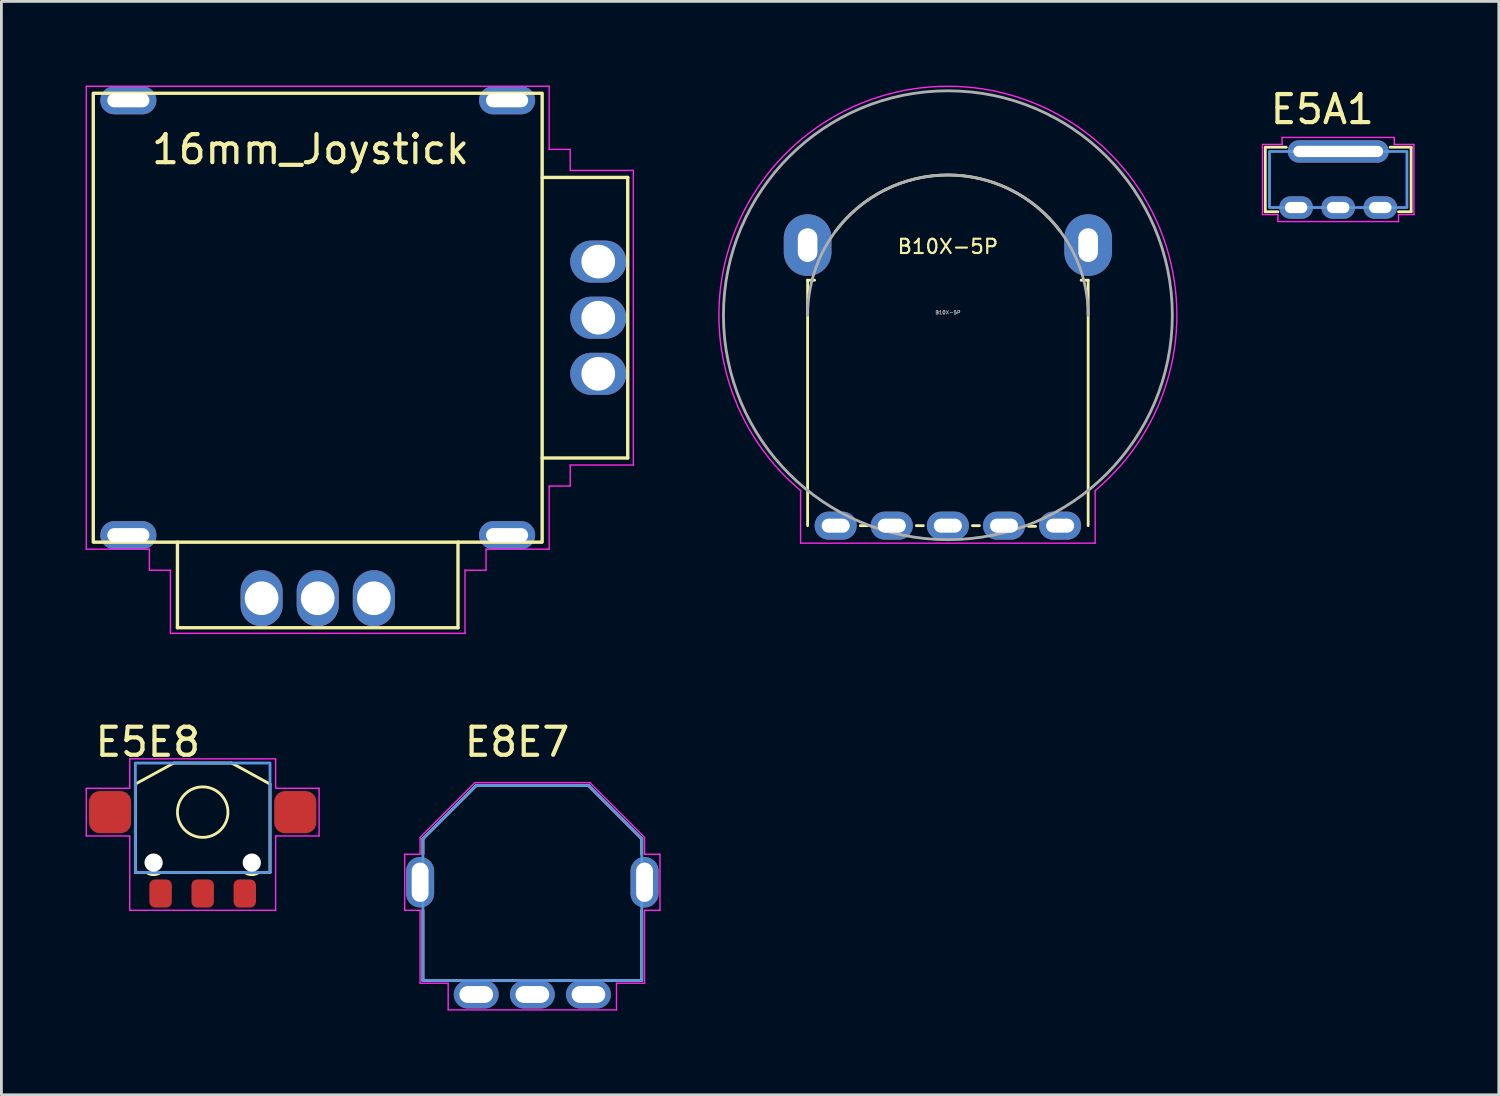
<source format=kicad_pcb>
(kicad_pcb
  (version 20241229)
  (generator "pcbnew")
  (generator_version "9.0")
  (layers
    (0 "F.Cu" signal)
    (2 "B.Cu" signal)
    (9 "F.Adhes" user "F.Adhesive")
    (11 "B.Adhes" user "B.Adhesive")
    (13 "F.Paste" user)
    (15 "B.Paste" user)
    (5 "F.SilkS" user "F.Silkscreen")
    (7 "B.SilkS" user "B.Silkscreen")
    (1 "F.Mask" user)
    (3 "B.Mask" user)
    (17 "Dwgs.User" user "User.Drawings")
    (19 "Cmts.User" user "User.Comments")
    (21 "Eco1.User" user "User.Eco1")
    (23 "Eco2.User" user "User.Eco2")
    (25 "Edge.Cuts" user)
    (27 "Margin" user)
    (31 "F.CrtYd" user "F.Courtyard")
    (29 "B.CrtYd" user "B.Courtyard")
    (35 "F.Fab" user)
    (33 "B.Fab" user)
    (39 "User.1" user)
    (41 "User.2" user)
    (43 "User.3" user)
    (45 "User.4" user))
  (footprint "B10X-5P"
    (layer "F.Cu")
    (at 30.737 8.187)
    (property "Reference" "B10X-5P" (at 0 -2.45 180) (layer "F.SilkS") (effects (font (size 0.508 0.508) (thickness 0.076))))
    (attr through_hole)
    (fp_line (start -5 -1.25) (end -4.75 -1.25) (stroke (width 0.1) (type default)) (layer "F.SilkS"))
    (fp_line (start -5 7.5) (end -5 -1.25) (stroke (width 0.1) (type default)) (layer "F.SilkS"))
    (fp_line (start -3.125 7.5) (end -2.875 7.5) (stroke (width 0.1) (type default)) (layer "F.SilkS"))
    (fp_line (start -1.125 7.5) (end -0.875 7.5) (stroke (width 0.1) (type default)) (layer "F.SilkS"))
    (fp_line (start 0.875 7.5) (end 1.125 7.5) (stroke (width 0.1) (type default)) (layer "F.SilkS"))
    (fp_line (start 2.875 7.525) (end 3.125 7.525) (stroke (width 0.1) (type default)) (layer "F.SilkS"))
    (fp_line (start 5 -1.25) (end 4.75 -1.25) (stroke (width 0.1) (type default)) (layer "F.SilkS"))
    (fp_line (start 5 -1.25) (end 5 7.5) (stroke (width 0.1) (type default)) (layer "F.SilkS"))
    (fp_arc (start -4 -3) (mid 0 -5) (end 4 -3) (stroke (width 0.1) (type default)) (layer "F.SilkS"))
    (fp_line (start -5.25 8.125) (end -5.25 6.25) (stroke (width 0.05) (type default)) (layer "F.CrtYd"))
    (fp_line (start 5.25 6.25) (end 5.25 8.125) (stroke (width 0.05) (type default)) (layer "F.CrtYd"))
    (fp_line (start 5.25 8.125) (end -5.25 8.125) (stroke (width 0.05) (type default)) (layer "F.CrtYd"))
    (fp_arc (start -5.249999 6.249999) (mid 0 -8.162412) (end 5.249999 6.249999) (stroke (width 0.05) (type default)) (layer "F.CrtYd"))
    (fp_arc (start -5 0) (mid 0 -5) (end 5 0) (stroke (width 0.1) (type default)) (layer "F.Fab"))
    (fp_circle (center 0 0) (end 8 0) (stroke (width 0.1) (type default)) (fill no) (layer "F.Fab"))
    (fp_text user "${REFERENCE}" (at 0 -0.1 180) (layer "F.Fab") (effects (font (size 0.127 0.127) (thickness 0.025))))
    (pad "" thru_hole oval (at -5 -2.5) (size 1.7 2.2) (drill oval 0.7 1.2) (layers "*.Cu" "*.Mask"))
    (pad "" thru_hole oval (at 5 -2.5) (size 1.7 2.2) (drill oval 0.7 1.2) (layers "*.Cu" "*.Mask"))
    (pad "1" thru_hole oval (at -4 7.5) (size 1.5 1) (drill oval 1 0.5) (layers "*.Cu" "*.Mask"))
    (pad "2" thru_hole oval (at -2 7.5) (size 1.5 1) (drill oval 1 0.5) (layers "*.Cu" "*.Mask"))
    (pad "3" thru_hole oval (at 0 7.5) (size 1.5 1) (drill oval 1 0.5) (layers "*.Cu" "*.Mask"))
    (pad "4" thru_hole oval (at 2 7.5) (size 1.5 1) (drill oval 1 0.5) (layers "*.Cu" "*.Mask"))
    (pad "5" thru_hole oval (at 4 7.5) (size 1.5 1) (drill oval 1 0.5) (layers "*.Cu" "*.Mask")))
  (footprint "16mm_Joystick"
    (layer "F.Cu")
    (at 8.275 8.275)
    (property "Reference" "16mm_Joystick" (at -6 -6 0) (layer "F.SilkS") (effects (font (size 1 1) (thickness 0.15)) (justify left)))
    (attr through_hole)
    (fp_line (start -5 8) (end -5 11.05) (stroke (width 0.12) (type default)) (layer "F.SilkS"))
    (fp_line (start -5 11.05) (end 5 11.05) (stroke (width 0.12) (type default)) (layer "F.SilkS"))
    (fp_line (start 5 11.05) (end 5 8) (stroke (width 0.12) (type default)) (layer "F.SilkS"))
    (fp_line (start 11.05 -5) (end 8 -5) (stroke (width 0.12) (type default)) (layer "F.SilkS"))
    (fp_line (start 11.05 -5) (end 11.05 5) (stroke (width 0.12) (type default)) (layer "F.SilkS"))
    (fp_line (start 11.05 5) (end 8 5) (stroke (width 0.12) (type default)) (layer "F.SilkS"))
    (fp_rect (start -8 8) (end 8 -8) (stroke (width 0.12) (type default)) (fill no) (layer "F.SilkS"))
    (fp_line (start -2 6.5) (end -1.5 6.5) (stroke (width 0.12) (type default)) (layer "Eco1.User"))
    (fp_line (start -2 8) (end -2 6.5) (stroke (width 0.12) (type default)) (layer "Eco1.User"))
    (fp_line (start -1.5 6) (end 1.5 6) (stroke (width 0.12) (type default)) (layer "Eco1.User"))
    (fp_line (start -1.5 7) (end -1.5 6) (stroke (width 0.12) (type default)) (layer "Eco1.User"))
    (fp_line (start -0.25 7.25) (end 0.25 7.25) (stroke (width 0.12) (type default)) (layer "Eco1.User"))
    (fp_line (start 0 7) (end -0.25 7.25) (stroke (width 0.12) (type default)) (layer "Eco1.User"))
    (fp_line (start 0 8) (end 0 7) (stroke (width 0.12) (type default)) (layer "Eco1.User"))
    (fp_line (start 0.25 7.25) (end 0 7) (stroke (width 0.12) (type default)) (layer "Eco1.User"))
    (fp_line (start 1.5 6) (end 1.5 7) (stroke (width 0.12) (type default)) (layer "Eco1.User"))
    (fp_line (start 1.5 7) (end -1.5 7) (stroke (width 0.12) (type default)) (layer "Eco1.User"))
    (fp_line (start 2 6.5) (end 1.5 6.5) (stroke (width 0.12) (type default)) (layer "Eco1.User"))
    (fp_line (start 2 8) (end 2 6.5) (stroke (width 0.12) (type default)) (layer "Eco1.User"))
    (fp_line (start 6 -1.5) (end 7 -1.5) (stroke (width 0.12) (type default)) (layer "Eco1.User"))
    (fp_line (start 6 1.5) (end 6 -1.5) (stroke (width 0.12) (type default)) (layer "Eco1.User"))
    (fp_line (start 6.5 -2) (end 6.5 -1.5) (stroke (width 0.12) (type default)) (layer "Eco1.User"))
    (fp_line (start 6.5 2) (end 6.5 1.5) (stroke (width 0.12) (type default)) (layer "Eco1.User"))
    (fp_line (start 7 -1.5) (end 7 1.5) (stroke (width 0.12) (type default)) (layer "Eco1.User"))
    (fp_line (start 7 0) (end 7.25 0.25) (stroke (width 0.12) (type default)) (layer "Eco1.User"))
    (fp_line (start 7 1.5) (end 6 1.5) (stroke (width 0.12) (type default)) (layer "Eco1.User"))
    (fp_line (start 7.25 -0.25) (end 7 0) (stroke (width 0.12) (type default)) (layer "Eco1.User"))
    (fp_line (start 7.25 0.25) (end 7.25 -0.25) (stroke (width 0.12) (type default)) (layer "Eco1.User"))
    (fp_line (start 8 -2) (end 6.5 -2) (stroke (width 0.12) (type default)) (layer "Eco1.User"))
    (fp_line (start 8 0) (end 7 0) (stroke (width 0.12) (type default)) (layer "Eco1.User"))
    (fp_line (start 8 2) (end 6.5 2) (stroke (width 0.12) (type default)) (layer "Eco1.User"))
    (fp_line (start -8.25 -8.25) (end 8.25 -8.25) (stroke (width 0.05) (type default)) (layer "F.CrtYd"))
    (fp_line (start -8.25 8.25) (end -8.25 -8.25) (stroke (width 0.05) (type default)) (layer "F.CrtYd"))
    (fp_line (start -6 8.25) (end -8.25 8.25) (stroke (width 0.05) (type default)) (layer "F.CrtYd"))
    (fp_line (start -6 9) (end -6 8.25) (stroke (width 0.05) (type default)) (layer "F.CrtYd"))
    (fp_line (start -5.25 9) (end -6 9) (stroke (width 0.05) (type default)) (layer "F.CrtYd"))
    (fp_line (start -5.25 11.25) (end -5.25 9) (stroke (width 0.05) (type default)) (layer "F.CrtYd"))
    (fp_line (start 5.25 9) (end 5.25 11.25) (stroke (width 0.05) (type default)) (layer "F.CrtYd"))
    (fp_line (start 5.25 11.25) (end -5.25 11.25) (stroke (width 0.05) (type default)) (layer "F.CrtYd"))
    (fp_line (start 6 8.25) (end 6 9) (stroke (width 0.05) (type default)) (layer "F.CrtYd"))
    (fp_line (start 6 9) (end 5.25 9) (stroke (width 0.05) (type default)) (layer "F.CrtYd"))
    (fp_line (start 8.25 -8.25) (end 8.25 -6) (stroke (width 0.05) (type default)) (layer "F.CrtYd"))
    (fp_line (start 8.25 -6) (end 9 -6) (stroke (width 0.05) (type default)) (layer "F.CrtYd"))
    (fp_line (start 8.25 6) (end 8.25 8.25) (stroke (width 0.05) (type default)) (layer "F.CrtYd"))
    (fp_line (start 8.25 8.25) (end 6 8.25) (stroke (width 0.05) (type default)) (layer "F.CrtYd"))
    (fp_line (start 9 -6) (end 9 -5.25) (stroke (width 0.05) (type default)) (layer "F.CrtYd"))
    (fp_line (start 9 -5.25) (end 11.25 -5.25) (stroke (width 0.05) (type default)) (layer "F.CrtYd"))
    (fp_line (start 9 5.25) (end 9 6) (stroke (width 0.05) (type default)) (layer "F.CrtYd"))
    (fp_line (start 9 6) (end 8.25 6) (stroke (width 0.05) (type default)) (layer "F.CrtYd"))
    (fp_line (start 11.25 -5.25) (end 11.25 5.25) (stroke (width 0.05) (type default)) (layer "F.CrtYd"))
    (fp_line (start 11.25 5.25) (end 9 5.25) (stroke (width 0.05) (type default)) (layer "F.CrtYd"))
    (pad "" thru_hole oval (at -6.75 -7.75) (size 2 1) (drill oval 1.5 0.5) (layers "*.Cu" "*.Mask"))
    (pad "" thru_hole oval (at -6.75 7.75) (size 2 1) (drill oval 1.5 0.5) (layers "*.Cu" "*.Mask"))
    (pad "" thru_hole oval (at 6.75 -7.75) (size 2 1) (drill oval 1.5 0.5) (layers "*.Cu" "*.Mask"))
    (pad "" thru_hole oval (at 6.75 7.75) (size 2 1) (drill oval 1.5 0.5) (layers "*.Cu" "*.Mask"))
    (pad "1" thru_hole oval (at 10 -2) (size 2 1.5) (drill 1.2) (layers "*.Cu" "*.Mask"))
    (pad "2" thru_hole oval (at 10 0) (size 2 1.5) (drill 1.2) (layers "*.Cu" "*.Mask"))
    (pad "3" thru_hole oval (at 10 2) (size 2 1.5) (drill 1.2) (layers "*.Cu" "*.Mask"))
    (pad "4" thru_hole oval (at 2 10) (size 1.5 2) (drill 1.2) (layers "*.Cu" "*.Mask"))
    (pad "5" thru_hole oval (at 0 10) (size 1.5 2) (drill 1.2) (layers "*.Cu" "*.Mask"))
    (pad "6" thru_hole oval (at -2 10) (size 1.5 2) (drill 1.2) (layers "*.Cu" "*.Mask")))
  (footprint "E8E7"
    (layer "F.Cu")
    (at 15.925 28.398)
    (property "Reference" "E8E7" (at -2.5 -5 0) (layer "F.SilkS") (effects (font (size 1 1) (thickness 0.15)) (justify left)))
    (attr through_hole)
    (fp_line (start -3.9 -1.55) (end -3.9 -1) (stroke (width 0.1) (type default)) (layer "F.SilkS"))
    (fp_line (start -3.9 3.5) (end -3.9 1) (stroke (width 0.1) (type default)) (layer "F.SilkS"))
    (fp_line (start -3.9 3.5) (end -2.6 3.5) (stroke (width 0.1) (type default)) (layer "F.SilkS"))
    (fp_line (start -2 -3.45) (end -3.9 -1.55) (stroke (width 0.1) (type default)) (layer "F.SilkS"))
    (fp_line (start -2 -3.45) (end 2 -3.45) (stroke (width 0.1) (type default)) (layer "F.SilkS"))
    (fp_line (start -0.6 3.5) (end -1.4 3.5) (stroke (width 0.1) (type default)) (layer "F.SilkS"))
    (fp_line (start 1.4 3.5) (end 0.6 3.5) (stroke (width 0.1) (type default)) (layer "F.SilkS"))
    (fp_line (start 2 -3.45) (end 3.9 -1.55) (stroke (width 0.1) (type default)) (layer "F.SilkS"))
    (fp_line (start 3.9 -1.55) (end 3.9 -1) (stroke (width 0.1) (type default)) (layer "F.SilkS"))
    (fp_line (start 3.9 3.5) (end 2.6 3.5) (stroke (width 0.1) (type default)) (layer "F.SilkS"))
    (fp_line (start 3.9 3.5) (end 3.9 1) (stroke (width 0.1) (type default)) (layer "F.SilkS"))
    (fp_line (start -3.9 -1.55) (end -3.9 3.5) (stroke (width 0.1) (type default)) (layer "Cmts.User"))
    (fp_line (start -3.9 3.5) (end 3.9 3.5) (stroke (width 0.1) (type default)) (layer "Cmts.User"))
    (fp_line (start -2 -3.45) (end -3.9 -1.55) (stroke (width 0.1) (type default)) (layer "Cmts.User"))
    (fp_line (start -2 -3.45) (end 2 -3.45) (stroke (width 0.1) (type default)) (layer "Cmts.User"))
    (fp_line (start 2 -3.45) (end 3.9 -1.55) (stroke (width 0.1) (type default)) (layer "Cmts.User"))
    (fp_line (start 3.9 3.5) (end 3.9 -1.55) (stroke (width 0.1) (type default)) (layer "Cmts.User"))
    (fp_line (start -4.55 -1) (end -4.55 1) (stroke (width 0.05) (type default)) (layer "F.CrtYd"))
    (fp_line (start -4.55 1) (end -4 1) (stroke (width 0.05) (type default)) (layer "F.CrtYd"))
    (fp_line (start -4 -1.6) (end -4 -1) (stroke (width 0.05) (type default)) (layer "F.CrtYd"))
    (fp_line (start -4 -1) (end -4.55 -1) (stroke (width 0.05) (type default)) (layer "F.CrtYd"))
    (fp_line (start -4 1) (end -4 3.6) (stroke (width 0.05) (type default)) (layer "F.CrtYd"))
    (fp_line (start -4 3.6) (end -3 3.6) (stroke (width 0.05) (type default)) (layer "F.CrtYd"))
    (fp_line (start -3 3.6) (end -3 4.55) (stroke (width 0.05) (type default)) (layer "F.CrtYd"))
    (fp_line (start -3 4.55) (end 3 4.55) (stroke (width 0.05) (type default)) (layer "F.CrtYd"))
    (fp_line (start -2.05 -3.55) (end -4 -1.6) (stroke (width 0.05) (type default)) (layer "F.CrtYd"))
    (fp_line (start 2.05 -3.55) (end -2.05 -3.55) (stroke (width 0.05) (type default)) (layer "F.CrtYd"))
    (fp_line (start 3 3.6) (end 4 3.6) (stroke (width 0.05) (type default)) (layer "F.CrtYd"))
    (fp_line (start 3 4.55) (end 3 3.6) (stroke (width 0.05) (type default)) (layer "F.CrtYd"))
    (fp_line (start 4 -1.6) (end 2.05 -3.55) (stroke (width 0.05) (type default)) (layer "F.CrtYd"))
    (fp_line (start 4 -1.6) (end 4 -1) (stroke (width 0.05) (type default)) (layer "F.CrtYd"))
    (fp_line (start 4 -1) (end 4.55 -1) (stroke (width 0.05) (type default)) (layer "F.CrtYd"))
    (fp_line (start 4 1) (end 4 3.6) (stroke (width 0.05) (type default)) (layer "F.CrtYd"))
    (fp_line (start 4.55 -1) (end 4.55 1) (stroke (width 0.05) (type default)) (layer "F.CrtYd"))
    (fp_line (start 4.55 1) (end 4 1) (stroke (width 0.05) (type default)) (layer "F.CrtYd"))
    (pad "" thru_hole oval (at -4 0) (size 1 1.8) (drill oval 0.6 1.4) (layers "*.Cu" "*.Mask"))
    (pad "" thru_hole oval (at 4 0) (size 1 1.8) (drill oval 0.6 1.4) (layers "*.Cu" "*.Mask"))
    (pad "A" thru_hole oval (at -2 4) (size 1.6 1) (drill oval 1.2 0.6) (layers "*.Cu" "*.Mask"))
    (pad "B" thru_hole oval (at 2 4) (size 1.6 1) (drill oval 1.2 0.6) (layers "*.Cu" "*.Mask"))
    (pad "C" thru_hole oval (at 0 4) (size 1.6 1) (drill oval 1.2 0.6) (layers "*.Cu" "*.Mask")))
  (footprint "E5E8"
    (layer "F.Cu")
    (at 4.175 25.898)
    (property "Reference" "E5E8" (at 0 -2.5 0) (layer "F.SilkS") (effects (font (size 1 1) (thickness 0.15)) (justify right)))
    (attr smd)
    (fp_line (start -2.4 -1) (end -2.4 2.15) (stroke (width 0.1) (type default)) (layer "F.SilkS"))
    (fp_line (start -2.4 -1) (end -1.03 -1.75) (stroke (width 0.1) (type default)) (layer "F.SilkS"))
    (fp_line (start -2 2.15) (end -2.4 2.15) (stroke (width 0.1) (type default)) (layer "F.SilkS"))
    (fp_line (start -1.03 -1.75) (end 1.03 -1.75) (stroke (width 0.1) (type default)) (layer "F.SilkS"))
    (fp_line (start 1.5 2.15) (end -1.5 2.15) (stroke (width 0.1) (type default)) (layer "F.SilkS"))
    (fp_line (start 2.4 -1) (end 1.03 -1.75) (stroke (width 0.1) (type default)) (layer "F.SilkS"))
    (fp_line (start 2.4 -1) (end 2.4 2.15) (stroke (width 0.1) (type default)) (layer "F.SilkS"))
    (fp_line (start 2.4 2.15) (end 2 2.15) (stroke (width 0.1) (type default)) (layer "F.SilkS"))
    (fp_arc (start -1.5 2.15) (mid -1.75 2.230116) (end -2 2.15) (stroke (width 0.1) (type default)) (layer "F.SilkS"))
    (fp_arc (start 2 2.15) (mid 1.75 2.230116) (end 1.5 2.15) (stroke (width 0.1) (type default)) (layer "F.SilkS"))
    (fp_circle (center 0 0) (end 0.9 0) (stroke (width 0.1) (type default)) (fill no) (layer "F.SilkS"))
    (fp_rect (start -2.4 -1.75) (end 2.4 2.15) (stroke (width 0.1) (type default)) (fill no) (layer "Cmts.User"))
    (fp_line (start -4.15 -0.85) (end -4.15 0.85) (stroke (width 0.05) (type default)) (layer "F.CrtYd"))
    (fp_line (start -4.15 0.85) (end -2.6 0.85) (stroke (width 0.05) (type default)) (layer "F.CrtYd"))
    (fp_line (start -2.6 -1.9) (end -2.6 -0.85) (stroke (width 0.05) (type default)) (layer "F.CrtYd"))
    (fp_line (start -2.6 -0.85) (end -4.15 -0.85) (stroke (width 0.05) (type default)) (layer "F.CrtYd"))
    (fp_line (start -2.6 0.85) (end -2.6 3.5) (stroke (width 0.05) (type default)) (layer "F.CrtYd"))
    (fp_line (start -2.6 3.5) (end 2.6 3.5) (stroke (width 0.05) (type default)) (layer "F.CrtYd"))
    (fp_line (start 2.6 -1.9) (end -2.6 -1.9) (stroke (width 0.05) (type default)) (layer "F.CrtYd"))
    (fp_line (start 2.6 -1.9) (end 2.6 -0.85) (stroke (width 0.05) (type default)) (layer "F.CrtYd"))
    (fp_line (start 2.6 0.85) (end 4.15 0.85) (stroke (width 0.05) (type default)) (layer "F.CrtYd"))
    (fp_line (start 2.6 3.5) (end 2.6 0.85) (stroke (width 0.05) (type default)) (layer "F.CrtYd"))
    (fp_line (start 4.15 -0.85) (end 2.6 -0.85) (stroke (width 0.05) (type default)) (layer "F.CrtYd"))
    (fp_line (start 4.15 -0.85) (end 4.15 0.85) (stroke (width 0.05) (type default)) (layer "F.CrtYd"))
    (pad "" smd roundrect (at -3.3 0) (size 1.5 1.5) (layers "F.Cu" "F.Mask" "F.Paste") (roundrect_rratio 0.25))
    (pad "" np_thru_hole circle (at -1.75 1.8) (size 0.65 0.65) (drill 0.65) (layers "*.Cu" "*.Mask"))
    (pad "" np_thru_hole circle (at 1.75 1.8) (size 0.65 0.65) (drill 0.65) (layers "*.Cu" "*.Mask"))
    (pad "" smd roundrect (at 3.3 0) (size 1.5 1.5) (layers "F.Cu" "F.Mask" "F.Paste") (roundrect_rratio 0.25))
    (pad "A" smd roundrect (at -1.5 2.9) (size 0.8 1) (layers "F.Cu" "F.Mask" "F.Paste") (roundrect_rratio 0.25))
    (pad "B" smd roundrect (at 1.5 2.9) (size 0.8 1) (layers "F.Cu" "F.Mask" "F.Paste") (roundrect_rratio 0.25))
    (pad "C" smd roundrect (at 0 2.9) (size 0.8 1) (layers "F.Cu" "F.Mask" "F.Paste") (roundrect_rratio 0.25)))
  (footprint "E5A1"
    (layer "F.Cu")
    (at 44.65 3.348)
    (property "Reference" "E5A1" (at -2.5 -2.5 0) (layer "F.SilkS") (effects (font (size 1 1) (thickness 0.15)) (justify left)))
    (attr through_hole)
    (fp_line (start -2.6 -1.15) (end -2.6 1.15) (stroke (width 0.1) (type default)) (layer "F.SilkS"))
    (fp_line (start -2.6 -1.15) (end -1.85 -1.15) (stroke (width 0.1) (type default)) (layer "F.SilkS"))
    (fp_line (start -2.15 1.15) (end -2.6 1.15) (stroke (width 0.1) (type default)) (layer "F.SilkS"))
    (fp_line (start 1.85 -1.15) (end 2.6 -1.15) (stroke (width 0.1) (type default)) (layer "F.SilkS"))
    (fp_line (start 2.6 -1.15) (end 2.6 1.15) (stroke (width 0.1) (type default)) (layer "F.SilkS"))
    (fp_line (start 2.6 1.15) (end 2.15 1.15) (stroke (width 0.1) (type default)) (layer "F.SilkS"))
    (fp_rect (start -2.45 -1) (end 2.45 1) (stroke (width 0.1) (type default)) (fill no) (layer "Cmts.User"))
    (fp_line (start -2.7 -1.25) (end -2.7 1.25) (stroke (width 0.05) (type default)) (layer "F.CrtYd"))
    (fp_line (start -2.7 1.25) (end -2.15 1.25) (stroke (width 0.05) (type default)) (layer "F.CrtYd"))
    (fp_line (start -2.15 1.25) (end -2.15 1.5) (stroke (width 0.05) (type default)) (layer "F.CrtYd"))
    (fp_line (start -2.15 1.5) (end 2.15 1.5) (stroke (width 0.05) (type default)) (layer "F.CrtYd"))
    (fp_line (start -2 -1.5) (end -2 -1.25) (stroke (width 0.05) (type default)) (layer "F.CrtYd"))
    (fp_line (start -2 -1.25) (end -2.7 -1.25) (stroke (width 0.05) (type default)) (layer "F.CrtYd"))
    (fp_line (start 2 -1.5) (end -2 -1.5) (stroke (width 0.05) (type default)) (layer "F.CrtYd"))
    (fp_line (start 2 -1.5) (end 2 -1.25) (stroke (width 0.05) (type default)) (layer "F.CrtYd"))
    (fp_line (start 2.15 1.25) (end 2.7 1.25) (stroke (width 0.05) (type default)) (layer "F.CrtYd"))
    (fp_line (start 2.15 1.5) (end 2.15 1.25) (stroke (width 0.05) (type default)) (layer "F.CrtYd"))
    (fp_line (start 2.7 -1.25) (end 2 -1.25) (stroke (width 0.05) (type default)) (layer "F.CrtYd"))
    (fp_line (start 2.7 -1.25) (end 2.7 1.25) (stroke (width 0.05) (type default)) (layer "F.CrtYd"))
    (pad "" thru_hole oval (at 0 -1) (size 3.6 0.8) (drill oval 3.2 0.4) (layers "*.Cu" "*.Mask"))
    (pad "A" thru_hole oval (at -1.5 1) (size 1.2 0.8) (drill oval 0.8 0.4) (layers "*.Cu" "*.Mask"))
    (pad "B" thru_hole oval (at 1.5 1) (size 1.2 0.8) (drill oval 0.8 0.4) (layers "*.Cu" "*.Mask"))
    (pad "C" thru_hole oval (at 0 1) (size 1.2 0.8) (drill oval 0.8 0.4) (layers "*.Cu" "*.Mask")))
  (gr_rect
    (start -3 -3)
    (end 50.375 35.973)
    (stroke (width 0.1) (type default))
    (fill no)
    (layer "Edge.Cuts")))
</source>
